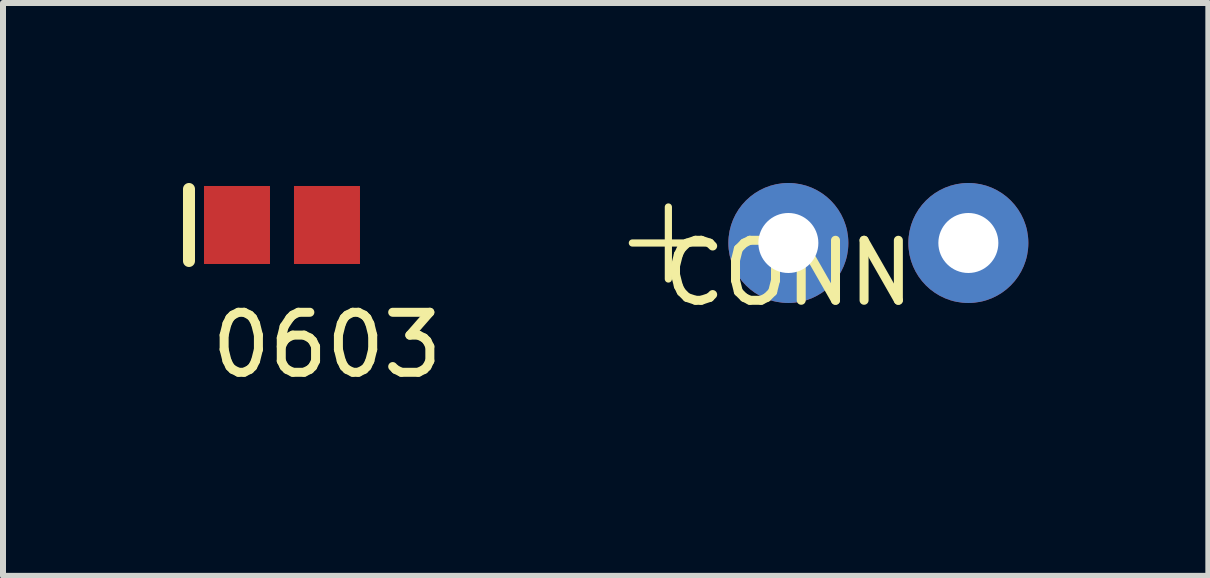
<source format=kicad_pcb>
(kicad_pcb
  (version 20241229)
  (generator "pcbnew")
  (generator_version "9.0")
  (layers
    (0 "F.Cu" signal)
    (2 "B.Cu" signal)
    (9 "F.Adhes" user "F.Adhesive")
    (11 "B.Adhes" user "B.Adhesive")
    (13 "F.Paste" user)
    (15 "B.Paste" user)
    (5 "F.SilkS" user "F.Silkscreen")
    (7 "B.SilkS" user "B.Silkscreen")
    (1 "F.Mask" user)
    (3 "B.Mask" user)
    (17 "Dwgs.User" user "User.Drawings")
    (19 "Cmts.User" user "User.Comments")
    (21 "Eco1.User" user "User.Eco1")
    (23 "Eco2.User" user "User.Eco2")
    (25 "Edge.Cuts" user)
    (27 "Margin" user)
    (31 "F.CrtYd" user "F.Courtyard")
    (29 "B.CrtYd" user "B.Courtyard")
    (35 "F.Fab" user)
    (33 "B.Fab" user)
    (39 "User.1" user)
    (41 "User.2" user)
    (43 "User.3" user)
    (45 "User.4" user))
  (footprint "CONN"
    (layer "F.Cu")
    (at 10.09 1)
    (property "Reference" "CONN" (at 0 0.5 0) (layer "F.SilkS") (effects (font (size 1 1) (thickness 0.15))))
    (attr through_hole)
    (fp_line (start -2 -0.6) (end -2 0.6) (stroke (width 0.12) (type solid)) (layer "F.SilkS"))
    (fp_line (start -1.4 0) (end -2.6 0) (stroke (width 0.12) (type solid)) (layer "F.SilkS"))
    (pad "1" thru_hole circle (at 0 0) (size 2 2) (drill 1) (layers "*.Cu" "*.Mask"))
    (pad "2" thru_hole circle (at 3 0) (size 2 2) (drill 1) (layers "*.Cu" "*.Mask")))
  (footprint "0603"
    (layer "F.Cu")
    (at 0.9 0.7)
    (property "Reference" "0603" (at 1.5 2 0) (layer "F.SilkS") (effects (font (size 1 1) (thickness 0.15))))
    (attr through_hole)
    (fp_line (start -0.8 -0.6) (end -0.8 0.6) (stroke (width 0.2) (type solid)) (layer "F.SilkS"))
    (pad "1" smd rect (at 0 0) (size 1.1 1.3) (layers "F.Cu" "F.Mask" "F.Paste"))
    (pad "2" smd rect (at 1.5 0) (size 1.1 1.3) (layers "F.Cu" "F.Mask" "F.Paste")))
  (gr_rect
    (start -3 -3)
    (end 17.09 6.548)
    (stroke (width 0.1) (type default))
    (fill no)
    (layer "Edge.Cuts")))
</source>
